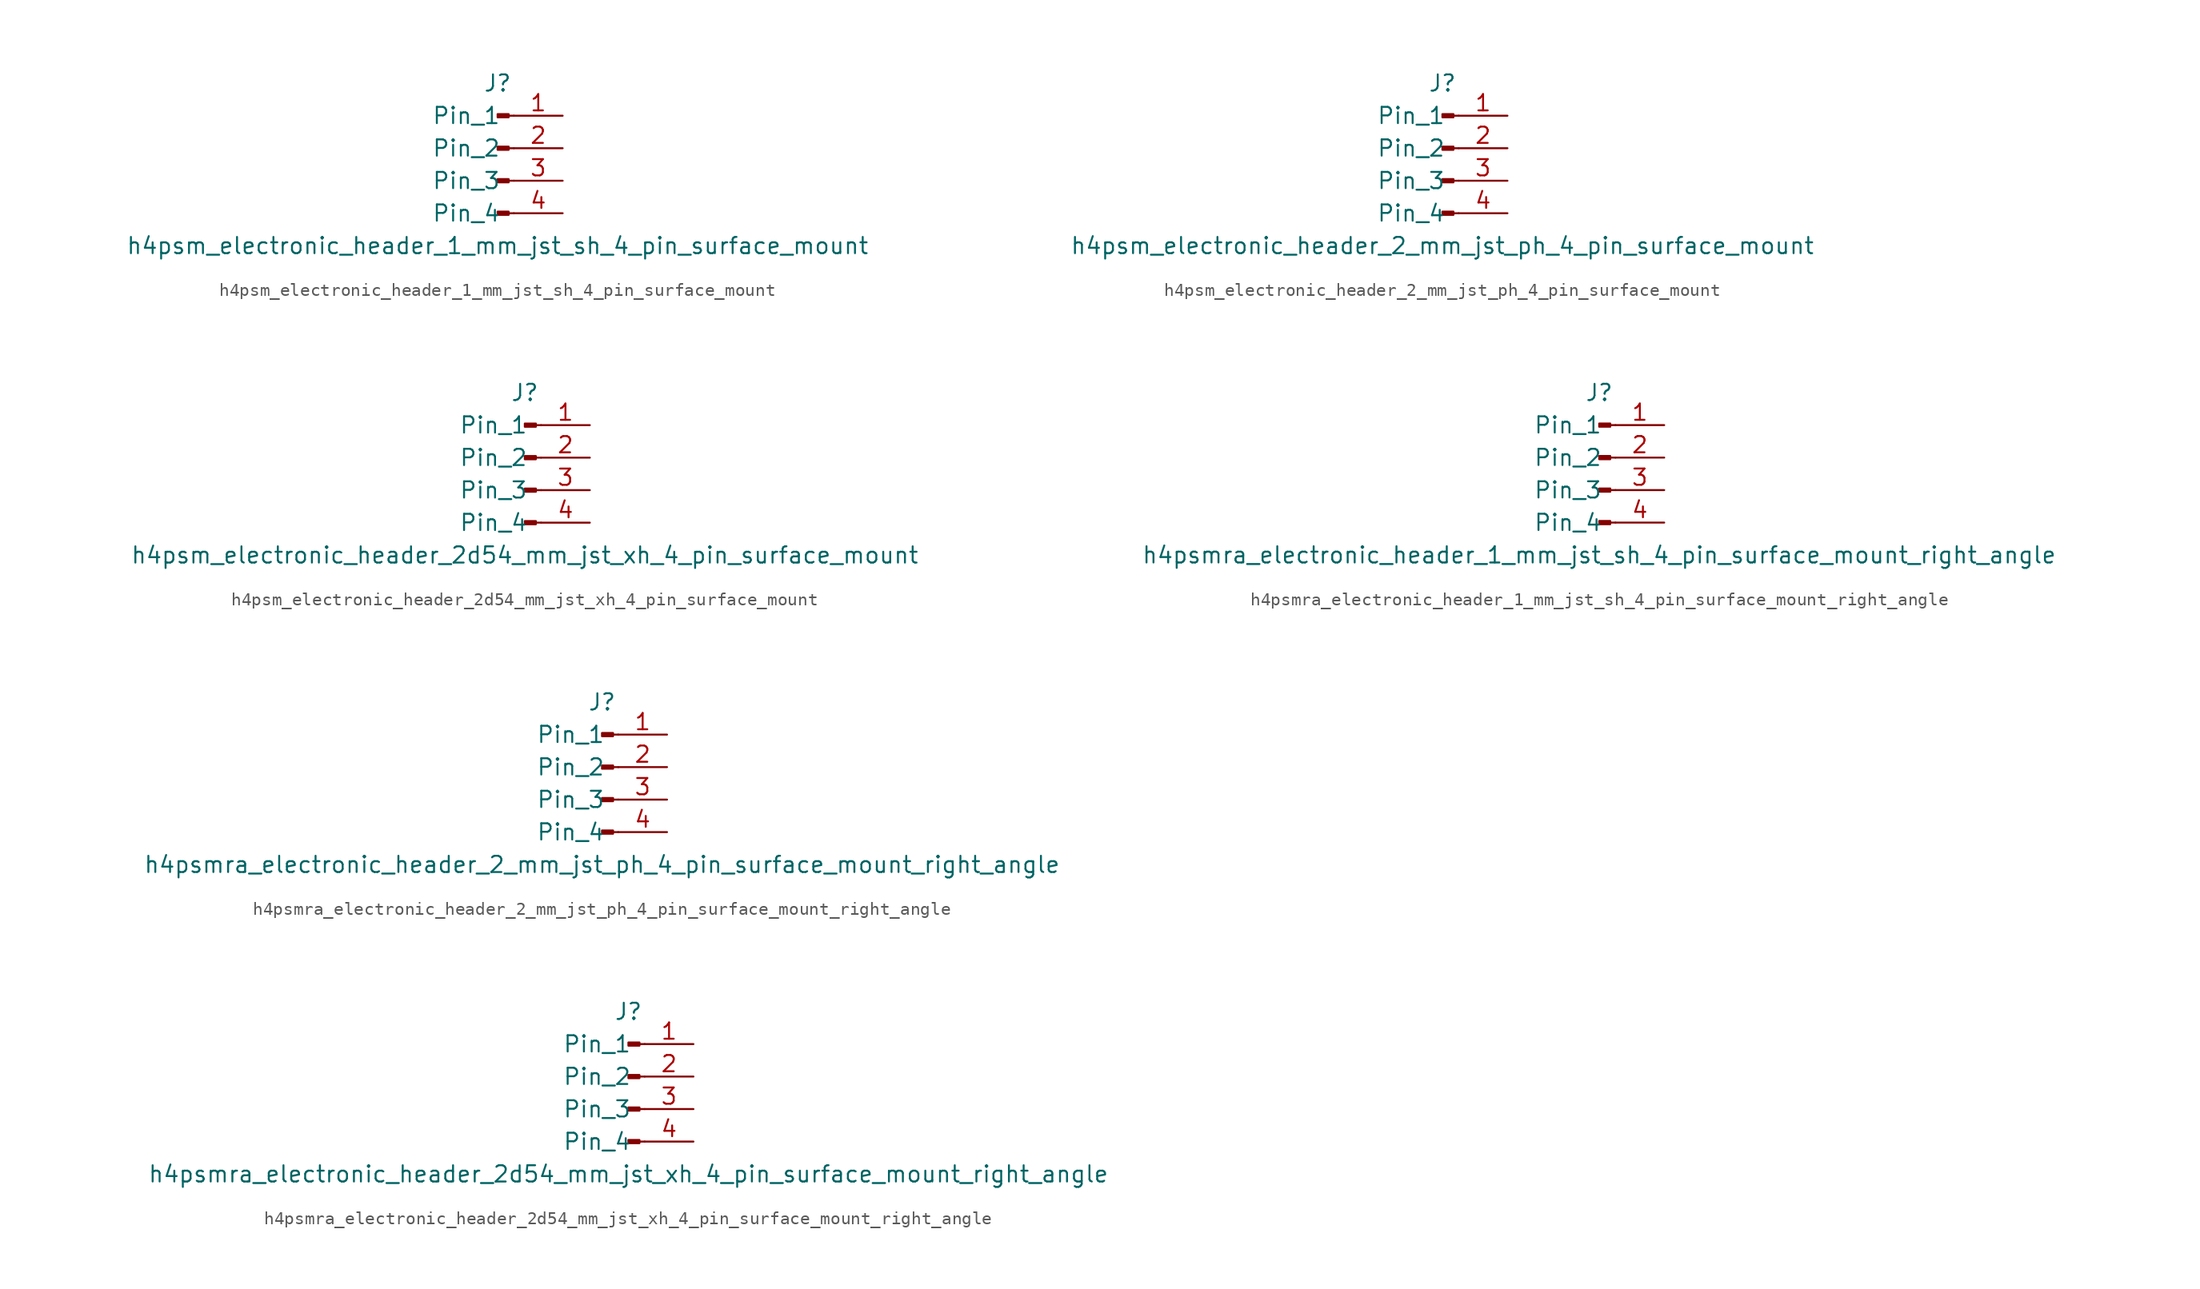
<source format=kicad_sym>
(kicad_symbol_lib
  (version 20220914)
  (generator kicad_symbol_editor)
  (symbol "h4psm_electronic_header_1_mm_jst_sh_4_pin_surface_mount"
    (pin_names
      (offset 1.016))
    (property "Reference" "J"
      (at 0 5.08 0)
      (effects (font (size 1.27 1.27))))
    (property "Value" "h4psm_electronic_header_1_mm_jst_sh_4_pin_surface_mount"
      (at 0 -7.62 0)
      (effects (font (size 1.27 1.27))))
    (property "ki_locked" ""
      (at 0 0 0)
      (effects (font (size 1.27 1.27))))
    (symbol "h4psm_electronic_header_1_mm_jst_sh_4_pin_surface_mount_1_1"
      (polyline (pts (xy 1.27 -5.08) (xy 0.864 -5.08)) (stroke (width 0.152) (type default)) (fill (type none)))
      (polyline (pts (xy 1.27 -2.54) (xy 0.864 -2.54)) (stroke (width 0.152) (type default)) (fill (type none)))
      (polyline (pts (xy 1.27 0) (xy 0.864 0)) (stroke (width 0.152) (type default)) (fill (type none)))
      (polyline (pts (xy 1.27 2.54) (xy 0.864 2.54)) (stroke (width 0.152) (type default)) (fill (type none)))
      (rectangle (start 0.864 -4.953) (end 0 -5.207) (stroke (width 0.152) (type default)) (fill (type outline)))
      (rectangle (start 0.864 -2.413) (end 0 -2.667) (stroke (width 0.152) (type default)) (fill (type outline)))
      (rectangle (start 0.864 0.127) (end 0 -0.127) (stroke (width 0.152) (type default)) (fill (type outline)))
      (rectangle (start 0.864 2.667) (end 0 2.413) (stroke (width 0.152) (type default)) (fill (type outline)))
      (pin passive line (at 5.08 2.54 180) (length 3.81) (name "Pin_1" (effects (font (size 1.27 1.27)))) (number "1" (effects (font (size 1.27 1.27)))))
      (pin passive line (at 5.08 0 180) (length 3.81) (name "Pin_2" (effects (font (size 1.27 1.27)))) (number "2" (effects (font (size 1.27 1.27)))))
      (pin passive line (at 5.08 -2.54 180) (length 3.81) (name "Pin_3" (effects (font (size 1.27 1.27)))) (number "3" (effects (font (size 1.27 1.27)))))
      (pin passive line (at 5.08 -5.08 180) (length 3.81) (name "Pin_4" (effects (font (size 1.27 1.27)))) (number "4" (effects (font (size 1.27 1.27)))))))
  (symbol "h4psm_electronic_header_2_mm_jst_ph_4_pin_surface_mount"
    (pin_names
      (offset 1.016))
    (property "Reference" "J"
      (at 0 5.08 0)
      (effects (font (size 1.27 1.27))))
    (property "Value" "h4psm_electronic_header_2_mm_jst_ph_4_pin_surface_mount"
      (at 0 -7.62 0)
      (effects (font (size 1.27 1.27))))
    (property "ki_locked" ""
      (at 0 0 0)
      (effects (font (size 1.27 1.27))))
    (symbol "h4psm_electronic_header_2_mm_jst_ph_4_pin_surface_mount_1_1"
      (polyline (pts (xy 1.27 -5.08) (xy 0.864 -5.08)) (stroke (width 0.152) (type default)) (fill (type none)))
      (polyline (pts (xy 1.27 -2.54) (xy 0.864 -2.54)) (stroke (width 0.152) (type default)) (fill (type none)))
      (polyline (pts (xy 1.27 0) (xy 0.864 0)) (stroke (width 0.152) (type default)) (fill (type none)))
      (polyline (pts (xy 1.27 2.54) (xy 0.864 2.54)) (stroke (width 0.152) (type default)) (fill (type none)))
      (rectangle (start 0.864 -4.953) (end 0 -5.207) (stroke (width 0.152) (type default)) (fill (type outline)))
      (rectangle (start 0.864 -2.413) (end 0 -2.667) (stroke (width 0.152) (type default)) (fill (type outline)))
      (rectangle (start 0.864 0.127) (end 0 -0.127) (stroke (width 0.152) (type default)) (fill (type outline)))
      (rectangle (start 0.864 2.667) (end 0 2.413) (stroke (width 0.152) (type default)) (fill (type outline)))
      (pin passive line (at 5.08 2.54 180) (length 3.81) (name "Pin_1" (effects (font (size 1.27 1.27)))) (number "1" (effects (font (size 1.27 1.27)))))
      (pin passive line (at 5.08 0 180) (length 3.81) (name "Pin_2" (effects (font (size 1.27 1.27)))) (number "2" (effects (font (size 1.27 1.27)))))
      (pin passive line (at 5.08 -2.54 180) (length 3.81) (name "Pin_3" (effects (font (size 1.27 1.27)))) (number "3" (effects (font (size 1.27 1.27)))))
      (pin passive line (at 5.08 -5.08 180) (length 3.81) (name "Pin_4" (effects (font (size 1.27 1.27)))) (number "4" (effects (font (size 1.27 1.27)))))))
  (symbol "h4psm_electronic_header_2d54_mm_jst_xh_4_pin_surface_mount"
    (pin_names
      (offset 1.016))
    (property "Reference" "J"
      (at 0 5.08 0)
      (effects (font (size 1.27 1.27))))
    (property "Value" "h4psm_electronic_header_2d54_mm_jst_xh_4_pin_surface_mount"
      (at 0 -7.62 0)
      (effects (font (size 1.27 1.27))))
    (property "ki_locked" ""
      (at 0 0 0)
      (effects (font (size 1.27 1.27))))
    (symbol "h4psm_electronic_header_2d54_mm_jst_xh_4_pin_surface_mount_1_1"
      (polyline (pts (xy 1.27 -5.08) (xy 0.864 -5.08)) (stroke (width 0.152) (type default)) (fill (type none)))
      (polyline (pts (xy 1.27 -2.54) (xy 0.864 -2.54)) (stroke (width 0.152) (type default)) (fill (type none)))
      (polyline (pts (xy 1.27 0) (xy 0.864 0)) (stroke (width 0.152) (type default)) (fill (type none)))
      (polyline (pts (xy 1.27 2.54) (xy 0.864 2.54)) (stroke (width 0.152) (type default)) (fill (type none)))
      (rectangle (start 0.864 -4.953) (end 0 -5.207) (stroke (width 0.152) (type default)) (fill (type outline)))
      (rectangle (start 0.864 -2.413) (end 0 -2.667) (stroke (width 0.152) (type default)) (fill (type outline)))
      (rectangle (start 0.864 0.127) (end 0 -0.127) (stroke (width 0.152) (type default)) (fill (type outline)))
      (rectangle (start 0.864 2.667) (end 0 2.413) (stroke (width 0.152) (type default)) (fill (type outline)))
      (pin passive line (at 5.08 2.54 180) (length 3.81) (name "Pin_1" (effects (font (size 1.27 1.27)))) (number "1" (effects (font (size 1.27 1.27)))))
      (pin passive line (at 5.08 0 180) (length 3.81) (name "Pin_2" (effects (font (size 1.27 1.27)))) (number "2" (effects (font (size 1.27 1.27)))))
      (pin passive line (at 5.08 -2.54 180) (length 3.81) (name "Pin_3" (effects (font (size 1.27 1.27)))) (number "3" (effects (font (size 1.27 1.27)))))
      (pin passive line (at 5.08 -5.08 180) (length 3.81) (name "Pin_4" (effects (font (size 1.27 1.27)))) (number "4" (effects (font (size 1.27 1.27)))))))
  (symbol "h4psmra_electronic_header_1_mm_jst_sh_4_pin_surface_mount_right_angle"
    (pin_names
      (offset 1.016))
    (property "Reference" "J"
      (at 0 5.08 0)
      (effects (font (size 1.27 1.27))))
    (property "Value" "h4psmra_electronic_header_1_mm_jst_sh_4_pin_surface_mount_right_angle"
      (at 0 -7.62 0)
      (effects (font (size 1.27 1.27))))
    (property "ki_locked" ""
      (at 0 0 0)
      (effects (font (size 1.27 1.27))))
    (symbol "h4psmra_electronic_header_1_mm_jst_sh_4_pin_surface_mount_right_angle_1_1"
      (polyline (pts (xy 1.27 -5.08) (xy 0.864 -5.08)) (stroke (width 0.152) (type default)) (fill (type none)))
      (polyline (pts (xy 1.27 -2.54) (xy 0.864 -2.54)) (stroke (width 0.152) (type default)) (fill (type none)))
      (polyline (pts (xy 1.27 0) (xy 0.864 0)) (stroke (width 0.152) (type default)) (fill (type none)))
      (polyline (pts (xy 1.27 2.54) (xy 0.864 2.54)) (stroke (width 0.152) (type default)) (fill (type none)))
      (rectangle (start 0.864 -4.953) (end 0 -5.207) (stroke (width 0.152) (type default)) (fill (type outline)))
      (rectangle (start 0.864 -2.413) (end 0 -2.667) (stroke (width 0.152) (type default)) (fill (type outline)))
      (rectangle (start 0.864 0.127) (end 0 -0.127) (stroke (width 0.152) (type default)) (fill (type outline)))
      (rectangle (start 0.864 2.667) (end 0 2.413) (stroke (width 0.152) (type default)) (fill (type outline)))
      (pin passive line (at 5.08 2.54 180) (length 3.81) (name "Pin_1" (effects (font (size 1.27 1.27)))) (number "1" (effects (font (size 1.27 1.27)))))
      (pin passive line (at 5.08 0 180) (length 3.81) (name "Pin_2" (effects (font (size 1.27 1.27)))) (number "2" (effects (font (size 1.27 1.27)))))
      (pin passive line (at 5.08 -2.54 180) (length 3.81) (name "Pin_3" (effects (font (size 1.27 1.27)))) (number "3" (effects (font (size 1.27 1.27)))))
      (pin passive line (at 5.08 -5.08 180) (length 3.81) (name "Pin_4" (effects (font (size 1.27 1.27)))) (number "4" (effects (font (size 1.27 1.27)))))))
  (symbol "h4psmra_electronic_header_2_mm_jst_ph_4_pin_surface_mount_right_angle"
    (pin_names
      (offset 1.016))
    (property "Reference" "J"
      (at 0 5.08 0)
      (effects (font (size 1.27 1.27))))
    (property "Value" "h4psmra_electronic_header_2_mm_jst_ph_4_pin_surface_mount_right_angle"
      (at 0 -7.62 0)
      (effects (font (size 1.27 1.27))))
    (property "ki_locked" ""
      (at 0 0 0)
      (effects (font (size 1.27 1.27))))
    (symbol "h4psmra_electronic_header_2_mm_jst_ph_4_pin_surface_mount_right_angle_1_1"
      (polyline (pts (xy 1.27 -5.08) (xy 0.864 -5.08)) (stroke (width 0.152) (type default)) (fill (type none)))
      (polyline (pts (xy 1.27 -2.54) (xy 0.864 -2.54)) (stroke (width 0.152) (type default)) (fill (type none)))
      (polyline (pts (xy 1.27 0) (xy 0.864 0)) (stroke (width 0.152) (type default)) (fill (type none)))
      (polyline (pts (xy 1.27 2.54) (xy 0.864 2.54)) (stroke (width 0.152) (type default)) (fill (type none)))
      (rectangle (start 0.864 -4.953) (end 0 -5.207) (stroke (width 0.152) (type default)) (fill (type outline)))
      (rectangle (start 0.864 -2.413) (end 0 -2.667) (stroke (width 0.152) (type default)) (fill (type outline)))
      (rectangle (start 0.864 0.127) (end 0 -0.127) (stroke (width 0.152) (type default)) (fill (type outline)))
      (rectangle (start 0.864 2.667) (end 0 2.413) (stroke (width 0.152) (type default)) (fill (type outline)))
      (pin passive line (at 5.08 2.54 180) (length 3.81) (name "Pin_1" (effects (font (size 1.27 1.27)))) (number "1" (effects (font (size 1.27 1.27)))))
      (pin passive line (at 5.08 0 180) (length 3.81) (name "Pin_2" (effects (font (size 1.27 1.27)))) (number "2" (effects (font (size 1.27 1.27)))))
      (pin passive line (at 5.08 -2.54 180) (length 3.81) (name "Pin_3" (effects (font (size 1.27 1.27)))) (number "3" (effects (font (size 1.27 1.27)))))
      (pin passive line (at 5.08 -5.08 180) (length 3.81) (name "Pin_4" (effects (font (size 1.27 1.27)))) (number "4" (effects (font (size 1.27 1.27)))))))
  (symbol "h4psmra_electronic_header_2d54_mm_jst_xh_4_pin_surface_mount_right_angle"
    (pin_names
      (offset 1.016))
    (property "Reference" "J"
      (at 0 5.08 0)
      (effects (font (size 1.27 1.27))))
    (property "Value" "h4psmra_electronic_header_2d54_mm_jst_xh_4_pin_surface_mount_right_angle"
      (at 0 -7.62 0)
      (effects (font (size 1.27 1.27))))
    (property "ki_locked" ""
      (at 0 0 0)
      (effects (font (size 1.27 1.27))))
    (symbol "h4psmra_electronic_header_2d54_mm_jst_xh_4_pin_surface_mount_right_angle_1_1"
      (polyline (pts (xy 1.27 -5.08) (xy 0.864 -5.08)) (stroke (width 0.152) (type default)) (fill (type none)))
      (polyline (pts (xy 1.27 -2.54) (xy 0.864 -2.54)) (stroke (width 0.152) (type default)) (fill (type none)))
      (polyline (pts (xy 1.27 0) (xy 0.864 0)) (stroke (width 0.152) (type default)) (fill (type none)))
      (polyline (pts (xy 1.27 2.54) (xy 0.864 2.54)) (stroke (width 0.152) (type default)) (fill (type none)))
      (rectangle (start 0.864 -4.953) (end 0 -5.207) (stroke (width 0.152) (type default)) (fill (type outline)))
      (rectangle (start 0.864 -2.413) (end 0 -2.667) (stroke (width 0.152) (type default)) (fill (type outline)))
      (rectangle (start 0.864 0.127) (end 0 -0.127) (stroke (width 0.152) (type default)) (fill (type outline)))
      (rectangle (start 0.864 2.667) (end 0 2.413) (stroke (width 0.152) (type default)) (fill (type outline)))
      (pin passive line (at 5.08 2.54 180) (length 3.81) (name "Pin_1" (effects (font (size 1.27 1.27)))) (number "1" (effects (font (size 1.27 1.27)))))
      (pin passive line (at 5.08 0 180) (length 3.81) (name "Pin_2" (effects (font (size 1.27 1.27)))) (number "2" (effects (font (size 1.27 1.27)))))
      (pin passive line (at 5.08 -2.54 180) (length 3.81) (name "Pin_3" (effects (font (size 1.27 1.27)))) (number "3" (effects (font (size 1.27 1.27)))))
      (pin passive line (at 5.08 -5.08 180) (length 3.81) (name "Pin_4" (effects (font (size 1.27 1.27)))) (number "4" (effects (font (size 1.27 1.27))))))))
</source>
